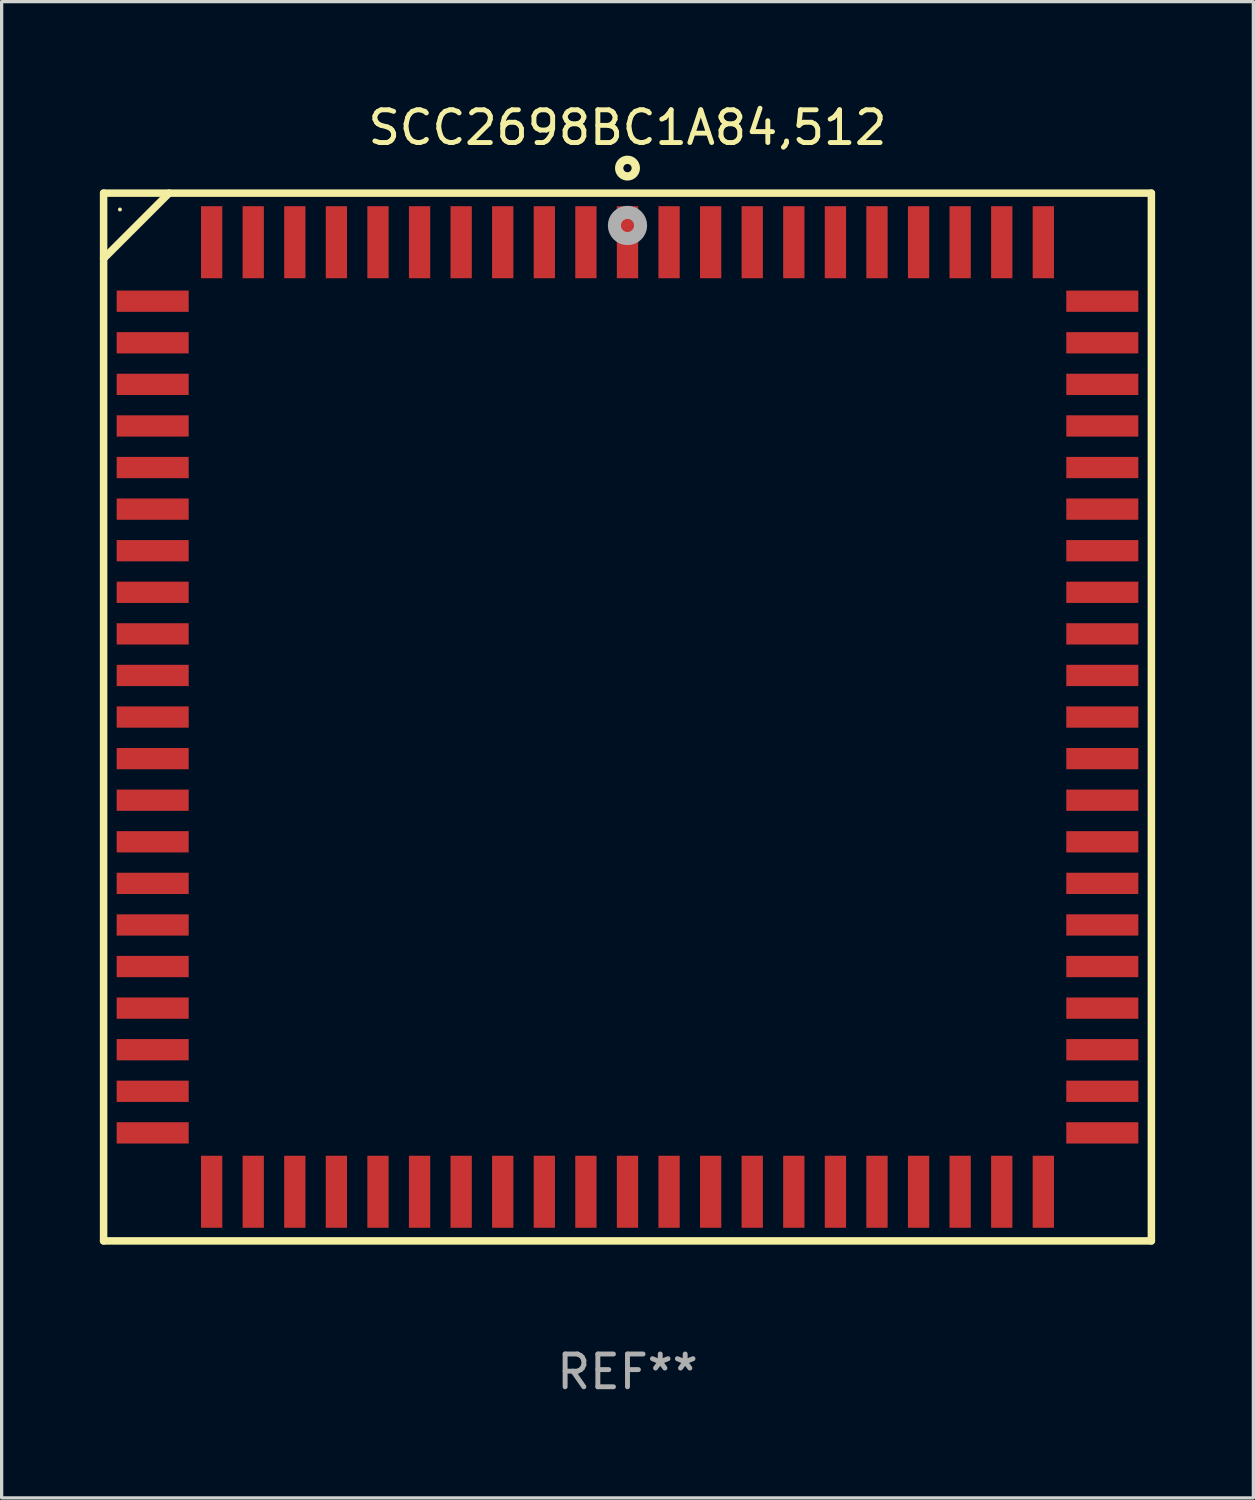
<source format=kicad_pcb>
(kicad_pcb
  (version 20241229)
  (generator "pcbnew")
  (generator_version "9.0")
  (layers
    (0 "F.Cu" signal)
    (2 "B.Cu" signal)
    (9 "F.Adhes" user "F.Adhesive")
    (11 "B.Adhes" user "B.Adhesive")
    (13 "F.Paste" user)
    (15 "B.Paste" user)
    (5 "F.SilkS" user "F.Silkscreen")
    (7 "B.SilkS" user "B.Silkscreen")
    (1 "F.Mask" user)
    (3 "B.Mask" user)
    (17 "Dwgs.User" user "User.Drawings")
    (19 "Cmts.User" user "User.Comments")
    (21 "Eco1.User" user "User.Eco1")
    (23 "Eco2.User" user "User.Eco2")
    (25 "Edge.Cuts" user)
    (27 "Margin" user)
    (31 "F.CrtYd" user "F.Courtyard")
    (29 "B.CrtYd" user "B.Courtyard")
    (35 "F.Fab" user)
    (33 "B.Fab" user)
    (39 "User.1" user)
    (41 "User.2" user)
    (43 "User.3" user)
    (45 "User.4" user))
  (footprint "SCC2698BC1A84,512"
    (layer "F.Cu")
    (at 16.114 18.848)
    (property "Reference" "SCC2698BC1A84,512" (at 0 -18 0) (layer "F.SilkS") (effects (font (size 1 1) (thickness 0.15))))
    (attr through_hole)
    (fp_line (start -16 -16) (end -16 16) (stroke (width 0.229) (type solid)) (layer "F.SilkS"))
    (fp_line (start -16 16) (end 16 16) (stroke (width 0.229) (type solid)) (layer "F.SilkS"))
    (fp_line (start -14 -16) (end -16 -14) (stroke (width 0.229) (type solid)) (layer "F.SilkS"))
    (fp_line (start 16 -16) (end -16 -16) (stroke (width 0.229) (type solid)) (layer "F.SilkS"))
    (fp_line (start 16 16) (end 16 -16) (stroke (width 0.229) (type solid)) (layer "F.SilkS"))
    (fp_circle (center -15.501 -15.5) (end -15.471 -15.5) (stroke (width 0.06) (type solid)) (fill no) (layer "F.SilkS"))
    (fp_circle (center 0 -16.764) (end 0.254 -16.764) (stroke (width 0.254) (type solid)) (fill no) (layer "F.SilkS"))
    (fp_circle (center 0.000102 -15.012) (end 0.2 -15.012) (stroke (width 0.4) (type solid)) (fill no) (layer "F.Fab"))
    (fp_text user "REF**" (at 0 20 0) (layer "F.Fab") (effects (font (size 1 1) (thickness 0.15))))
    (pad "1" smd rect (at 0 -14.5 180) (size 0.65 2.2) (layers "F.Cu" "F.Mask" "F.Paste"))
    (pad "2" smd rect (at -1.27 -14.5 180) (size 0.65 2.2) (layers "F.Cu" "F.Mask" "F.Paste"))
    (pad "3" smd rect (at -2.54 -14.5 180) (size 0.65 2.2) (layers "F.Cu" "F.Mask" "F.Paste"))
    (pad "4" smd rect (at -3.81 -14.5 180) (size 0.65 2.2) (layers "F.Cu" "F.Mask" "F.Paste"))
    (pad "5" smd rect (at -5.08 -14.5 180) (size 0.65 2.2) (layers "F.Cu" "F.Mask" "F.Paste"))
    (pad "6" smd rect (at -6.35 -14.5 180) (size 0.65 2.2) (layers "F.Cu" "F.Mask" "F.Paste"))
    (pad "7" smd rect (at -7.62 -14.5 180) (size 0.65 2.2) (layers "F.Cu" "F.Mask" "F.Paste"))
    (pad "8" smd rect (at -8.89 -14.5 180) (size 0.65 2.2) (layers "F.Cu" "F.Mask" "F.Paste"))
    (pad "9" smd rect (at -10.16 -14.5 180) (size 0.65 2.2) (layers "F.Cu" "F.Mask" "F.Paste"))
    (pad "10" smd rect (at -11.43 -14.5 180) (size 0.65 2.2) (layers "F.Cu" "F.Mask" "F.Paste"))
    (pad "11" smd rect (at -12.7 -14.5 180) (size 0.65 2.2) (layers "F.Cu" "F.Mask" "F.Paste"))
    (pad "12" smd rect (at -14.501 -12.699 180) (size 2.2 0.65) (layers "F.Cu" "F.Mask" "F.Paste"))
    (pad "13" smd rect (at -14.501 -11.429 180) (size 2.2 0.65) (layers "F.Cu" "F.Mask" "F.Paste"))
    (pad "14" smd rect (at -14.501 -10.159 180) (size 2.2 0.65) (layers "F.Cu" "F.Mask" "F.Paste"))
    (pad "15" smd rect (at -14.501 -8.889 180) (size 2.2 0.65) (layers "F.Cu" "F.Mask" "F.Paste"))
    (pad "16" smd rect (at -14.501 -7.619 180) (size 2.2 0.65) (layers "F.Cu" "F.Mask" "F.Paste"))
    (pad "17" smd rect (at -14.501 -6.349 180) (size 2.2 0.65) (layers "F.Cu" "F.Mask" "F.Paste"))
    (pad "18" smd rect (at -14.501 -5.079 180) (size 2.2 0.65) (layers "F.Cu" "F.Mask" "F.Paste"))
    (pad "19" smd rect (at -14.501 -3.809 180) (size 2.2 0.65) (layers "F.Cu" "F.Mask" "F.Paste"))
    (pad "20" smd rect (at -14.501 -2.539 180) (size 2.2 0.65) (layers "F.Cu" "F.Mask" "F.Paste"))
    (pad "21" smd rect (at -14.501 -1.269 180) (size 2.2 0.65) (layers "F.Cu" "F.Mask" "F.Paste"))
    (pad "22" smd rect (at -14.501 0.001 180) (size 2.2 0.65) (layers "F.Cu" "F.Mask" "F.Paste"))
    (pad "23" smd rect (at -14.501 1.271 180) (size 2.2 0.65) (layers "F.Cu" "F.Mask" "F.Paste"))
    (pad "24" smd rect (at -14.501 2.541 180) (size 2.2 0.65) (layers "F.Cu" "F.Mask" "F.Paste"))
    (pad "25" smd rect (at -14.501 3.811 180) (size 2.2 0.65) (layers "F.Cu" "F.Mask" "F.Paste"))
    (pad "26" smd rect (at -14.501 5.081 180) (size 2.2 0.65) (layers "F.Cu" "F.Mask" "F.Paste"))
    (pad "27" smd rect (at -14.501 6.351 180) (size 2.2 0.65) (layers "F.Cu" "F.Mask" "F.Paste"))
    (pad "28" smd rect (at -14.501 7.621 180) (size 2.2 0.65) (layers "F.Cu" "F.Mask" "F.Paste"))
    (pad "29" smd rect (at -14.501 8.891 180) (size 2.2 0.65) (layers "F.Cu" "F.Mask" "F.Paste"))
    (pad "30" smd rect (at -14.501 10.161 180) (size 2.2 0.65) (layers "F.Cu" "F.Mask" "F.Paste"))
    (pad "31" smd rect (at -14.501 11.431 180) (size 2.2 0.65) (layers "F.Cu" "F.Mask" "F.Paste"))
    (pad "32" smd rect (at -14.501 12.701 180) (size 2.2 0.65) (layers "F.Cu" "F.Mask" "F.Paste"))
    (pad "33" smd rect (at -12.7 14.499 180) (size 0.65 2.2) (layers "F.Cu" "F.Mask" "F.Paste"))
    (pad "34" smd rect (at -11.43 14.499 180) (size 0.65 2.2) (layers "F.Cu" "F.Mask" "F.Paste"))
    (pad "35" smd rect (at -10.16 14.499 180) (size 0.65 2.2) (layers "F.Cu" "F.Mask" "F.Paste"))
    (pad "36" smd rect (at -8.89 14.499 180) (size 0.65 2.2) (layers "F.Cu" "F.Mask" "F.Paste"))
    (pad "37" smd rect (at -7.62 14.499 180) (size 0.65 2.2) (layers "F.Cu" "F.Mask" "F.Paste"))
    (pad "38" smd rect (at -6.35 14.499 180) (size 0.65 2.2) (layers "F.Cu" "F.Mask" "F.Paste"))
    (pad "39" smd rect (at -5.08 14.499 180) (size 0.65 2.2) (layers "F.Cu" "F.Mask" "F.Paste"))
    (pad "40" smd rect (at -3.81 14.499 180) (size 0.65 2.2) (layers "F.Cu" "F.Mask" "F.Paste"))
    (pad "41" smd rect (at -2.54 14.499 180) (size 0.65 2.2) (layers "F.Cu" "F.Mask" "F.Paste"))
    (pad "42" smd rect (at -1.27 14.499 180) (size 0.65 2.2) (layers "F.Cu" "F.Mask" "F.Paste"))
    (pad "43" smd rect (at 0 14.499 180) (size 0.65 2.2) (layers "F.Cu" "F.Mask" "F.Paste"))
    (pad "44" smd rect (at 1.27 14.499 180) (size 0.65 2.2) (layers "F.Cu" "F.Mask" "F.Paste"))
    (pad "45" smd rect (at 2.54 14.499 180) (size 0.65 2.2) (layers "F.Cu" "F.Mask" "F.Paste"))
    (pad "46" smd rect (at 3.81 14.499 180) (size 0.65 2.2) (layers "F.Cu" "F.Mask" "F.Paste"))
    (pad "47" smd rect (at 5.08 14.499 180) (size 0.65 2.2) (layers "F.Cu" "F.Mask" "F.Paste"))
    (pad "48" smd rect (at 6.35 14.499 180) (size 0.65 2.2) (layers "F.Cu" "F.Mask" "F.Paste"))
    (pad "49" smd rect (at 7.62 14.499 180) (size 0.65 2.2) (layers "F.Cu" "F.Mask" "F.Paste"))
    (pad "50" smd rect (at 8.89 14.499 180) (size 0.65 2.2) (layers "F.Cu" "F.Mask" "F.Paste"))
    (pad "51" smd rect (at 10.16 14.499 180) (size 0.65 2.2) (layers "F.Cu" "F.Mask" "F.Paste"))
    (pad "52" smd rect (at 11.43 14.499 180) (size 0.65 2.2) (layers "F.Cu" "F.Mask" "F.Paste"))
    (pad "53" smd rect (at 12.7 14.499 180) (size 0.65 2.2) (layers "F.Cu" "F.Mask" "F.Paste"))
    (pad "54" smd rect (at 14.501 12.701 180) (size 2.2 0.65) (layers "F.Cu" "F.Mask" "F.Paste"))
    (pad "55" smd rect (at 14.501 11.431 180) (size 2.2 0.65) (layers "F.Cu" "F.Mask" "F.Paste"))
    (pad "56" smd rect (at 14.501 10.161 180) (size 2.2 0.65) (layers "F.Cu" "F.Mask" "F.Paste"))
    (pad "57" smd rect (at 14.501 8.891 180) (size 2.2 0.65) (layers "F.Cu" "F.Mask" "F.Paste"))
    (pad "58" smd rect (at 14.501 7.621 180) (size 2.2 0.65) (layers "F.Cu" "F.Mask" "F.Paste"))
    (pad "59" smd rect (at 14.501 6.351 180) (size 2.2 0.65) (layers "F.Cu" "F.Mask" "F.Paste"))
    (pad "60" smd rect (at 14.501 5.081 180) (size 2.2 0.65) (layers "F.Cu" "F.Mask" "F.Paste"))
    (pad "61" smd rect (at 14.501 3.811 180) (size 2.2 0.65) (layers "F.Cu" "F.Mask" "F.Paste"))
    (pad "62" smd rect (at 14.501 2.541 180) (size 2.2 0.65) (layers "F.Cu" "F.Mask" "F.Paste"))
    (pad "63" smd rect (at 14.501 1.271 180) (size 2.2 0.65) (layers "F.Cu" "F.Mask" "F.Paste"))
    (pad "64" smd rect (at 14.501 0.001 180) (size 2.2 0.65) (layers "F.Cu" "F.Mask" "F.Paste"))
    (pad "65" smd rect (at 14.501 -1.269 180) (size 2.2 0.65) (layers "F.Cu" "F.Mask" "F.Paste"))
    (pad "66" smd rect (at 14.501 -2.539 180) (size 2.2 0.65) (layers "F.Cu" "F.Mask" "F.Paste"))
    (pad "67" smd rect (at 14.501 -3.809 180) (size 2.2 0.65) (layers "F.Cu" "F.Mask" "F.Paste"))
    (pad "68" smd rect (at 14.501 -5.079 180) (size 2.2 0.65) (layers "F.Cu" "F.Mask" "F.Paste"))
    (pad "69" smd rect (at 14.501 -6.349 180) (size 2.2 0.65) (layers "F.Cu" "F.Mask" "F.Paste"))
    (pad "70" smd rect (at 14.501 -7.619 180) (size 2.2 0.65) (layers "F.Cu" "F.Mask" "F.Paste"))
    (pad "71" smd rect (at 14.501 -8.889 180) (size 2.2 0.65) (layers "F.Cu" "F.Mask" "F.Paste"))
    (pad "72" smd rect (at 14.501 -10.159 180) (size 2.2 0.65) (layers "F.Cu" "F.Mask" "F.Paste"))
    (pad "73" smd rect (at 14.501 -11.429 180) (size 2.2 0.65) (layers "F.Cu" "F.Mask" "F.Paste"))
    (pad "74" smd rect (at 14.501 -12.699 180) (size 2.2 0.65) (layers "F.Cu" "F.Mask" "F.Paste"))
    (pad "75" smd rect (at 12.7 -14.5 180) (size 0.65 2.2) (layers "F.Cu" "F.Mask" "F.Paste"))
    (pad "76" smd rect (at 11.43 -14.5 180) (size 0.65 2.2) (layers "F.Cu" "F.Mask" "F.Paste"))
    (pad "77" smd rect (at 10.16 -14.5 180) (size 0.65 2.2) (layers "F.Cu" "F.Mask" "F.Paste"))
    (pad "78" smd rect (at 8.89 -14.5 180) (size 0.65 2.2) (layers "F.Cu" "F.Mask" "F.Paste"))
    (pad "79" smd rect (at 7.62 -14.5 180) (size 0.65 2.2) (layers "F.Cu" "F.Mask" "F.Paste"))
    (pad "80" smd rect (at 6.35 -14.5 180) (size 0.65 2.2) (layers "F.Cu" "F.Mask" "F.Paste"))
    (pad "81" smd rect (at 5.08 -14.5 180) (size 0.65 2.2) (layers "F.Cu" "F.Mask" "F.Paste"))
    (pad "82" smd rect (at 3.81 -14.5 180) (size 0.65 2.2) (layers "F.Cu" "F.Mask" "F.Paste"))
    (pad "83" smd rect (at 2.54 -14.5 180) (size 0.65 2.2) (layers "F.Cu" "F.Mask" "F.Paste"))
    (pad "84" smd rect (at 1.27 -14.5 180) (size 0.65 2.2) (layers "F.Cu" "F.Mask" "F.Paste")))
  (gr_rect
    (start -3 -3)
    (end 35.229 42.697)
    (stroke (width 0.1) (type default))
    (fill no)
    (layer "Edge.Cuts")))
</source>
